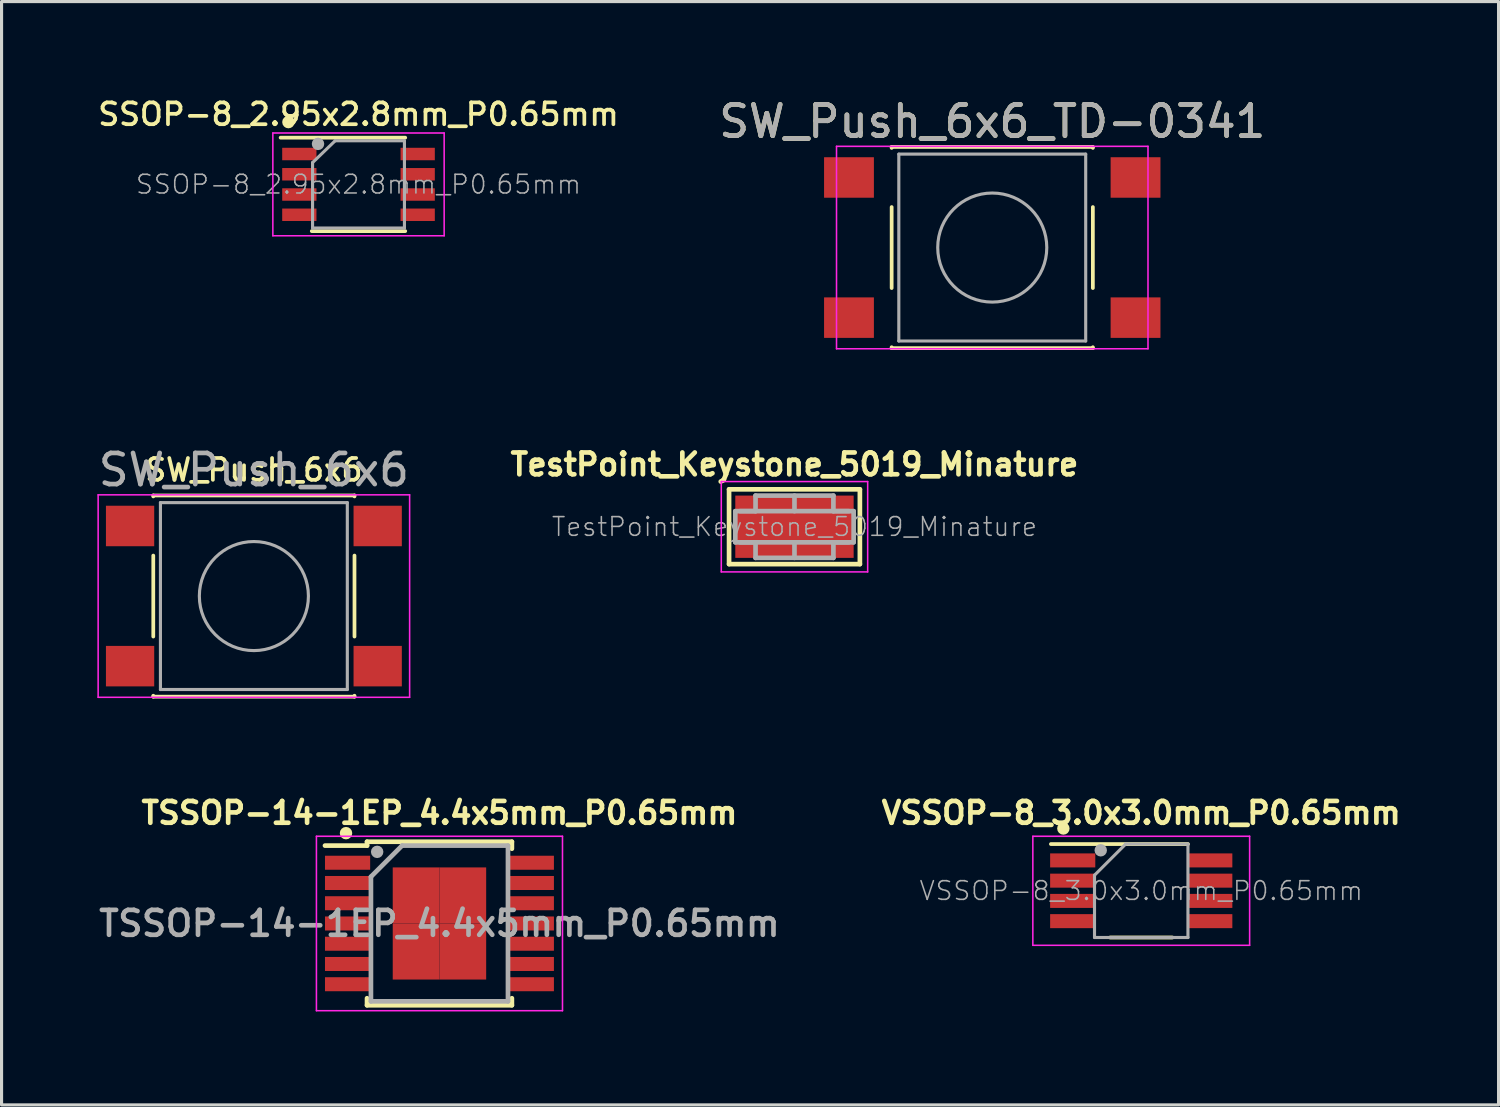
<source format=kicad_pcb>
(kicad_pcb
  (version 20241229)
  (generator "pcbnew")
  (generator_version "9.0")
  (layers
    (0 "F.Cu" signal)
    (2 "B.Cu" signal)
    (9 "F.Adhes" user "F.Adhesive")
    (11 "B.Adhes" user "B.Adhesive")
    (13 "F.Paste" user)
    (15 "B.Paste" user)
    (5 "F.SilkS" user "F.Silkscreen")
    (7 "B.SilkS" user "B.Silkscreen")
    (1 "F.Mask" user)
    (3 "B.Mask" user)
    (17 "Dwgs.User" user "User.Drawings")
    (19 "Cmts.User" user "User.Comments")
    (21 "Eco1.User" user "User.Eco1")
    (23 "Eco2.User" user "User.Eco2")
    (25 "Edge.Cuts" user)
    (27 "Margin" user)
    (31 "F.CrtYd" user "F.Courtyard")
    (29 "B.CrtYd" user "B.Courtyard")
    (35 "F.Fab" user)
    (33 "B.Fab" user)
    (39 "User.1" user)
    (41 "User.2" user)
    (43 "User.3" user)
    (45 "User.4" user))
  (footprint "VSSOP-8_3.0x3.0mm_P0.65mm"
    (layer "F.Cu")
    (at 33.59 25.549)
    (property "Reference" "VSSOP-8_3.0x3.0mm_P0.65mm" (at 0 -2.5 0) (layer "F.SilkS") (effects (font (size 0.7 0.7) (thickness 0.15))))
    (attr smd)
    (fp_line (start 1 1.5) (end -1 1.5) (stroke (width 0.12) (type solid)) (layer "F.SilkS"))
    (fp_line (start 1.5 -1.5) (end -2.9 -1.5) (stroke (width 0.12) (type solid)) (layer "F.SilkS"))
    (fp_circle (center -2.5 -2) (end -2.4 -2) (stroke (width 0.2) (type solid)) (fill no) (layer "F.SilkS"))
    (fp_line (start -3.48 -1.75) (end 3.48 -1.75) (stroke (width 0.05) (type solid)) (layer "F.CrtYd"))
    (fp_line (start -3.48 1.75) (end -3.48 -1.75) (stroke (width 0.05) (type solid)) (layer "F.CrtYd"))
    (fp_line (start 3.48 -1.75) (end 3.48 1.75) (stroke (width 0.05) (type solid)) (layer "F.CrtYd"))
    (fp_line (start 3.48 1.75) (end -3.48 1.75) (stroke (width 0.05) (type solid)) (layer "F.CrtYd"))
    (fp_line (start -1.5 1.5) (end -1.5 -0.5) (stroke (width 0.1) (type solid)) (layer "F.Fab"))
    (fp_line (start -0.5 -1.5) (end -1.5 -0.5) (stroke (width 0.1) (type solid)) (layer "F.Fab"))
    (fp_line (start -0.5 -1.5) (end 1.5 -1.5) (stroke (width 0.1) (type solid)) (layer "F.Fab"))
    (fp_line (start 1.5 -1.5) (end 1.5 1.5) (stroke (width 0.1) (type solid)) (layer "F.Fab"))
    (fp_line (start 1.5 1.5) (end -1.5 1.5) (stroke (width 0.1) (type solid)) (layer "F.Fab"))
    (fp_circle (center -1.3 -1.3) (end -1.2 -1.3) (stroke (width 0.2) (type solid)) (fill no) (layer "F.Fab"))
    (fp_text user "${REFERENCE}" (at 0 0 0) (layer "F.Fab") (effects (font (size 0.6 0.6) (thickness 0.05))))
    (pad "1" smd rect (at -2.2 -0.975 270) (size 0.45 1.45) (layers "F.Cu" "F.Mask" "F.Paste"))
    (pad "2" smd rect (at -2.2 -0.325 270) (size 0.45 1.45) (layers "F.Cu" "F.Mask" "F.Paste"))
    (pad "3" smd rect (at -2.2 0.325 270) (size 0.45 1.45) (layers "F.Cu" "F.Mask" "F.Paste"))
    (pad "4" smd rect (at -2.2 0.975 270) (size 0.45 1.45) (layers "F.Cu" "F.Mask" "F.Paste"))
    (pad "5" smd rect (at 2.2 0.975 270) (size 0.45 1.45) (layers "F.Cu" "F.Mask" "F.Paste"))
    (pad "6" smd rect (at 2.2 0.325 270) (size 0.45 1.45) (layers "F.Cu" "F.Mask" "F.Paste"))
    (pad "7" smd rect (at 2.2 -0.325 270) (size 0.45 1.45) (layers "F.Cu" "F.Mask" "F.Paste"))
    (pad "8" smd rect (at 2.2 -0.975 270) (size 0.45 1.45) (layers "F.Cu" "F.Mask" "F.Paste")))
  (footprint "TSSOP-14-1EP_4.4x5mm_P0.65mm"
    (layer "F.Cu")
    (at 11.059 26.599)
    (property "Reference" "TSSOP-14-1EP_4.4x5mm_P0.65mm" (at 0 -3.55 0) (layer "F.SilkS") (effects (font (size 0.7 0.7) (thickness 0.15))))
    (attr smd)
    (fp_line (start -2.325 -2.625) (end -2.325 -2.5) (stroke (width 0.15) (type solid)) (layer "F.SilkS"))
    (fp_line (start -2.325 -2.625) (end 2.325 -2.625) (stroke (width 0.15) (type solid)) (layer "F.SilkS"))
    (fp_line (start -2.325 -2.5) (end -3.675 -2.5) (stroke (width 0.15) (type solid)) (layer "F.SilkS"))
    (fp_line (start -2.325 2.625) (end -2.325 2.4) (stroke (width 0.15) (type solid)) (layer "F.SilkS"))
    (fp_line (start -2.325 2.625) (end 2.325 2.625) (stroke (width 0.15) (type solid)) (layer "F.SilkS"))
    (fp_line (start 2.325 -2.625) (end 2.325 -2.4) (stroke (width 0.15) (type solid)) (layer "F.SilkS"))
    (fp_line (start 2.325 2.625) (end 2.325 2.4) (stroke (width 0.15) (type solid)) (layer "F.SilkS"))
    (fp_circle (center -3 -2.9) (end -2.9 -2.9) (stroke (width 0.2) (type solid)) (fill no) (layer "F.SilkS"))
    (fp_line (start -3.95 -2.8) (end -3.95 2.8) (stroke (width 0.05) (type solid)) (layer "F.CrtYd"))
    (fp_line (start -3.95 -2.8) (end 3.95 -2.8) (stroke (width 0.05) (type solid)) (layer "F.CrtYd"))
    (fp_line (start -3.95 2.8) (end 3.95 2.8) (stroke (width 0.05) (type solid)) (layer "F.CrtYd"))
    (fp_line (start 3.95 -2.8) (end 3.95 2.8) (stroke (width 0.05) (type solid)) (layer "F.CrtYd"))
    (fp_line (start -2.2 -1.5) (end -1.2 -2.5) (stroke (width 0.15) (type solid)) (layer "F.Fab"))
    (fp_line (start -2.2 2.5) (end -2.2 -1.5) (stroke (width 0.15) (type solid)) (layer "F.Fab"))
    (fp_line (start -1.2 -2.5) (end 2.2 -2.5) (stroke (width 0.15) (type solid)) (layer "F.Fab"))
    (fp_line (start 2.2 -2.5) (end 2.2 2.5) (stroke (width 0.15) (type solid)) (layer "F.Fab"))
    (fp_line (start 2.2 2.5) (end -2.2 2.5) (stroke (width 0.15) (type solid)) (layer "F.Fab"))
    (fp_circle (center -2 -2.3) (end -1.9 -2.3) (stroke (width 0.2) (type solid)) (fill no) (layer "F.Fab"))
    (fp_text user "${REFERENCE}" (at 0 0 0) (layer "F.Fab") (effects (font (size 0.8 0.8) (thickness 0.15))))
    (pad "1" smd rect (at -2.95 -1.95) (size 1.45 0.45) (layers "F.Cu" "F.Mask" "F.Paste"))
    (pad "2" smd rect (at -2.95 -1.3) (size 1.45 0.45) (layers "F.Cu" "F.Mask" "F.Paste"))
    (pad "3" smd rect (at -2.95 -0.65) (size 1.45 0.45) (layers "F.Cu" "F.Mask" "F.Paste"))
    (pad "4" smd rect (at -2.95 0) (size 1.45 0.45) (layers "F.Cu" "F.Mask" "F.Paste"))
    (pad "5" smd rect (at -2.95 0.65) (size 1.45 0.45) (layers "F.Cu" "F.Mask" "F.Paste"))
    (pad "6" smd rect (at -2.95 1.3) (size 1.45 0.45) (layers "F.Cu" "F.Mask" "F.Paste"))
    (pad "7" smd rect (at -2.95 1.95) (size 1.45 0.45) (layers "F.Cu" "F.Mask" "F.Paste"))
    (pad "8" smd rect (at 2.95 1.95) (size 1.45 0.45) (layers "F.Cu" "F.Mask" "F.Paste"))
    (pad "9" smd rect (at 2.95 1.3) (size 1.45 0.45) (layers "F.Cu" "F.Mask" "F.Paste"))
    (pad "10" smd rect (at 2.95 0.65) (size 1.45 0.45) (layers "F.Cu" "F.Mask" "F.Paste"))
    (pad "11" smd rect (at 2.95 0) (size 1.45 0.45) (layers "F.Cu" "F.Mask" "F.Paste"))
    (pad "12" smd rect (at 2.95 -0.65) (size 1.45 0.45) (layers "F.Cu" "F.Mask" "F.Paste"))
    (pad "13" smd rect (at 2.95 -1.3) (size 1.45 0.45) (layers "F.Cu" "F.Mask" "F.Paste"))
    (pad "14" smd rect (at 2.95 -1.95) (size 1.45 0.45) (layers "F.Cu" "F.Mask" "F.Paste"))
    (pad "15" smd rect (at -0.75 -0.9) (size 1.5 1.8) (layers "F.Cu" "F.Mask" "F.Paste"))
    (pad "15" smd rect (at -0.75 0.9) (size 1.5 1.8) (layers "F.Cu" "F.Mask" "F.Paste"))
    (pad "15" smd rect (at 0.75 -0.9) (size 1.5 1.8) (layers "F.Cu" "F.Mask" "F.Paste"))
    (pad "15" smd rect (at 0.75 0.9) (size 1.5 1.8) (layers "F.Cu" "F.Mask" "F.Paste")))
  (footprint "SW_Push_6x6"
    (layer "F.Cu")
    (at 5.101 16.087)
    (property "Reference" "SW_Push_6x6" (at 0 -4.05 0) (layer "F.SilkS") (effects (font (size 0.7 0.7) (thickness 0.12))))
    (attr smd)
    (fp_line (start -3.23 -3.23) (end 3.23 -3.23) (stroke (width 0.12) (type solid)) (layer "F.SilkS"))
    (fp_line (start -3.23 -3.2) (end -3.23 -3.23) (stroke (width 0.12) (type solid)) (layer "F.SilkS"))
    (fp_line (start -3.23 -1.3) (end -3.23 1.3) (stroke (width 0.12) (type solid)) (layer "F.SilkS"))
    (fp_line (start -3.23 3.23) (end -3.23 3.2) (stroke (width 0.12) (type solid)) (layer "F.SilkS"))
    (fp_line (start -3.23 3.23) (end 3.23 3.23) (stroke (width 0.12) (type solid)) (layer "F.SilkS"))
    (fp_line (start 3.23 -3.23) (end 3.23 -3.2) (stroke (width 0.12) (type solid)) (layer "F.SilkS"))
    (fp_line (start 3.23 -1.3) (end 3.23 1.3) (stroke (width 0.12) (type solid)) (layer "F.SilkS"))
    (fp_line (start 3.23 3.23) (end 3.23 3.2) (stroke (width 0.12) (type solid)) (layer "F.SilkS"))
    (fp_line (start -5 -3.25) (end -5 3.25) (stroke (width 0.05) (type solid)) (layer "F.CrtYd"))
    (fp_line (start -5 -3.25) (end 5 -3.25) (stroke (width 0.05) (type solid)) (layer "F.CrtYd"))
    (fp_line (start -5 3.25) (end 5 3.25) (stroke (width 0.05) (type solid)) (layer "F.CrtYd"))
    (fp_line (start 5 3.25) (end 5 -3.25) (stroke (width 0.05) (type solid)) (layer "F.CrtYd"))
    (fp_line (start -3 -3) (end -3 3) (stroke (width 0.1) (type solid)) (layer "F.Fab"))
    (fp_line (start -3 3) (end 3 3) (stroke (width 0.1) (type solid)) (layer "F.Fab"))
    (fp_line (start 3 -3) (end -3 -3) (stroke (width 0.1) (type solid)) (layer "F.Fab"))
    (fp_line (start 3 3) (end 3 -3) (stroke (width 0.1) (type solid)) (layer "F.Fab"))
    (fp_circle (center 0 0) (end 1.75 -0.05) (stroke (width 0.1) (type solid)) (fill no) (layer "F.Fab"))
    (fp_text user "${REFERENCE}" (at 0 -4.05 0) (layer "F.Fab") (effects (font (size 1 1) (thickness 0.15))))
    (pad "1" smd rect (at -3.975 -2.25) (size 1.55 1.3) (layers "F.Cu" "F.Mask" "F.Paste"))
    (pad "1" smd rect (at 3.975 -2.25) (size 1.55 1.3) (layers "F.Cu" "F.Mask" "F.Paste"))
    (pad "2" smd rect (at -3.975 2.25) (size 1.55 1.3) (layers "F.Cu" "F.Mask" "F.Paste"))
    (pad "2" smd rect (at 3.975 2.25) (size 1.55 1.3) (layers "F.Cu" "F.Mask" "F.Paste")))
  (footprint "SW_Push_6x6_TD-0341"
    (layer "F.Cu")
    (at 28.807 4.898)
    (property "Reference" "SW_Push_6x6_TD-0341" (at 0 -4.05 0) (layer "F.SilkS") (effects (font (size 1 1) (thickness 0.15))))
    (attr smd)
    (fp_line (start -3.23 -3.23) (end 3.23 -3.23) (stroke (width 0.12) (type solid)) (layer "F.SilkS"))
    (fp_line (start -3.23 -3.2) (end -3.23 -3.23) (stroke (width 0.12) (type solid)) (layer "F.SilkS"))
    (fp_line (start -3.23 -1.3) (end -3.23 1.3) (stroke (width 0.12) (type solid)) (layer "F.SilkS"))
    (fp_line (start -3.23 3.23) (end -3.23 3.2) (stroke (width 0.12) (type solid)) (layer "F.SilkS"))
    (fp_line (start -3.23 3.23) (end 3.23 3.23) (stroke (width 0.12) (type solid)) (layer "F.SilkS"))
    (fp_line (start 3.23 -3.23) (end 3.23 -3.2) (stroke (width 0.12) (type solid)) (layer "F.SilkS"))
    (fp_line (start 3.23 -1.3) (end 3.23 1.3) (stroke (width 0.12) (type solid)) (layer "F.SilkS"))
    (fp_line (start 3.23 3.23) (end 3.23 3.2) (stroke (width 0.12) (type solid)) (layer "F.SilkS"))
    (fp_line (start -5 -3.25) (end -5 3.25) (stroke (width 0.05) (type solid)) (layer "F.CrtYd"))
    (fp_line (start -5 -3.25) (end 5 -3.25) (stroke (width 0.05) (type solid)) (layer "F.CrtYd"))
    (fp_line (start -5 3.25) (end 5 3.25) (stroke (width 0.05) (type solid)) (layer "F.CrtYd"))
    (fp_line (start 5 3.25) (end 5 -3.25) (stroke (width 0.05) (type solid)) (layer "F.CrtYd"))
    (fp_line (start -3 -3) (end -3 3) (stroke (width 0.1) (type solid)) (layer "F.Fab"))
    (fp_line (start -3 3) (end 3 3) (stroke (width 0.1) (type solid)) (layer "F.Fab"))
    (fp_line (start 3 -3) (end -3 -3) (stroke (width 0.1) (type solid)) (layer "F.Fab"))
    (fp_line (start 3 3) (end 3 -3) (stroke (width 0.1) (type solid)) (layer "F.Fab"))
    (fp_circle (center 0 0) (end 1.75 -0.05) (stroke (width 0.1) (type solid)) (fill no) (layer "F.Fab"))
    (fp_text user "${REFERENCE}" (at 0 -4.05 0) (layer "F.Fab") (effects (font (size 1 1) (thickness 0.15))))
    (pad "1" smd rect (at -4.6 -2.25) (size 1.6 1.3) (layers "F.Cu" "F.Mask" "F.Paste"))
    (pad "1" smd rect (at 4.6 -2.25) (size 1.6 1.3) (layers "F.Cu" "F.Mask" "F.Paste"))
    (pad "2" smd rect (at -4.6 2.25) (size 1.6 1.3) (layers "F.Cu" "F.Mask" "F.Paste"))
    (pad "2" smd rect (at 4.6 2.25) (size 1.6 1.3) (layers "F.Cu" "F.Mask" "F.Paste")))
  (footprint "SSOP-8_2.95x2.8mm_P0.65mm"
    (layer "F.Cu")
    (at 8.46 2.87)
    (property "Reference" "SSOP-8_2.95x2.8mm_P0.65mm" (at 0 -2.25 0) (layer "F.SilkS") (effects (font (size 0.7 0.7) (thickness 0.12))))
    (attr smd)
    (fp_line (start 1.5 -1.5) (end -2.5 -1.5) (stroke (width 0.12) (type solid)) (layer "F.SilkS"))
    (fp_line (start 1.5 1.5) (end -1.5 1.5) (stroke (width 0.12) (type solid)) (layer "F.SilkS"))
    (fp_circle (center -2.25 -2) (end -2.15 -2) (stroke (width 0.2) (type solid)) (fill no) (layer "F.SilkS"))
    (fp_line (start -2.75 -1.65) (end 2.75 -1.65) (stroke (width 0.05) (type solid)) (layer "F.CrtYd"))
    (fp_line (start -2.75 1.65) (end -2.75 -1.65) (stroke (width 0.05) (type solid)) (layer "F.CrtYd"))
    (fp_line (start 2.75 -1.65) (end 2.75 1.65) (stroke (width 0.05) (type solid)) (layer "F.CrtYd"))
    (fp_line (start 2.75 1.65) (end -2.75 1.65) (stroke (width 0.05) (type solid)) (layer "F.CrtYd"))
    (fp_line (start -1.475 1.4) (end -1.475 -0.7) (stroke (width 0.1) (type solid)) (layer "F.Fab"))
    (fp_line (start -0.75 -1.4) (end -1.475 -0.7) (stroke (width 0.1) (type solid)) (layer "F.Fab"))
    (fp_line (start -0.75 -1.4) (end 1.475 -1.4) (stroke (width 0.1) (type solid)) (layer "F.Fab"))
    (fp_line (start 1.475 -1.4) (end 1.475 1.4) (stroke (width 0.1) (type solid)) (layer "F.Fab"))
    (fp_line (start 1.475 1.4) (end -1.475 1.4) (stroke (width 0.1) (type solid)) (layer "F.Fab"))
    (fp_circle (center -1.3 -1.3) (end -1.2 -1.3) (stroke (width 0.2) (type solid)) (fill no) (layer "F.Fab"))
    (fp_text user "${REFERENCE}" (at 0 0 0) (layer "F.Fab") (effects (font (size 0.6 0.6) (thickness 0.05))))
    (pad "1" smd rect (at -1.9 -0.975 270) (size 0.4 1.1) (layers "F.Cu" "F.Mask" "F.Paste"))
    (pad "2" smd rect (at -1.9 -0.325 270) (size 0.4 1.1) (layers "F.Cu" "F.Mask" "F.Paste"))
    (pad "3" smd rect (at -1.9 0.325 270) (size 0.4 1.1) (layers "F.Cu" "F.Mask" "F.Paste"))
    (pad "4" smd rect (at -1.9 0.975 270) (size 0.4 1.1) (layers "F.Cu" "F.Mask" "F.Paste"))
    (pad "5" smd rect (at 1.9 0.975 270) (size 0.4 1.1) (layers "F.Cu" "F.Mask" "F.Paste"))
    (pad "6" smd rect (at 1.9 0.325 270) (size 0.4 1.1) (layers "F.Cu" "F.Mask" "F.Paste"))
    (pad "7" smd rect (at 1.9 -0.325 270) (size 0.4 1.1) (layers "F.Cu" "F.Mask" "F.Paste"))
    (pad "8" smd rect (at 1.9 -0.975 270) (size 0.4 1.1) (layers "F.Cu" "F.Mask" "F.Paste")))
  (footprint "TestPoint_Keystone_5019_Minature"
    (layer "F.Cu")
    (at 22.457 13.861)
    (property "Reference" "TestPoint_Keystone_5019_Minature" (at 0 -2 0) (layer "F.SilkS") (effects (font (size 0.7 0.7) (thickness 0.15))))
    (attr smd)
    (fp_line (start -2.1 -1.2) (end 2.1 -1.2) (stroke (width 0.15) (type solid)) (layer "F.SilkS"))
    (fp_line (start -2.1 1.2) (end -2.1 -1.2) (stroke (width 0.15) (type solid)) (layer "F.SilkS"))
    (fp_line (start 2.1 -1.2) (end 2.1 1.2) (stroke (width 0.15) (type solid)) (layer "F.SilkS"))
    (fp_line (start 2.1 1.2) (end -2.1 1.2) (stroke (width 0.15) (type solid)) (layer "F.SilkS"))
    (fp_line (start -2.35 -1.45) (end 2.35 -1.45) (stroke (width 0.05) (type solid)) (layer "F.CrtYd"))
    (fp_line (start -2.35 1.45) (end -2.35 -1.45) (stroke (width 0.05) (type solid)) (layer "F.CrtYd"))
    (fp_line (start 2.35 -1.45) (end 2.35 1.45) (stroke (width 0.05) (type solid)) (layer "F.CrtYd"))
    (fp_line (start 2.35 1.45) (end -2.35 1.45) (stroke (width 0.05) (type solid)) (layer "F.CrtYd"))
    (fp_line (start -1.9 -0.5) (end -1.9 0.5) (stroke (width 0.15) (type solid)) (layer "F.Fab"))
    (fp_line (start -1.9 -0.5) (end 1.9 -0.5) (stroke (width 0.15) (type solid)) (layer "F.Fab"))
    (fp_line (start -1.75 0.5) (end -1.25 0.5) (stroke (width 0.15) (type solid)) (layer "F.Fab"))
    (fp_line (start -1.25 -1) (end -1.25 -0.5) (stroke (width 0.15) (type solid)) (layer "F.Fab"))
    (fp_line (start -1.25 -0.5) (end -1.75 -0.5) (stroke (width 0.15) (type solid)) (layer "F.Fab"))
    (fp_line (start -1.25 0.5) (end -1.25 1) (stroke (width 0.15) (type solid)) (layer "F.Fab"))
    (fp_line (start -1.25 1) (end 1.25 1) (stroke (width 0.15) (type solid)) (layer "F.Fab"))
    (fp_line (start 0 -1) (end 0 -0.5) (stroke (width 0.15) (type solid)) (layer "F.Fab"))
    (fp_line (start 0 0.5) (end 0 1) (stroke (width 0.15) (type solid)) (layer "F.Fab"))
    (fp_line (start 1.25 -1) (end -1.25 -1) (stroke (width 0.15) (type solid)) (layer "F.Fab"))
    (fp_line (start 1.25 -0.5) (end 1.25 -1) (stroke (width 0.15) (type solid)) (layer "F.Fab"))
    (fp_line (start 1.25 0.5) (end 1.75 0.5) (stroke (width 0.15) (type solid)) (layer "F.Fab"))
    (fp_line (start 1.25 1) (end 1.25 0.5) (stroke (width 0.15) (type solid)) (layer "F.Fab"))
    (fp_line (start 1.75 -0.5) (end 1.25 -0.5) (stroke (width 0.15) (type solid)) (layer "F.Fab"))
    (fp_line (start 1.9 0.5) (end -1.9 0.5) (stroke (width 0.15) (type solid)) (layer "F.Fab"))
    (fp_line (start 1.9 0.5) (end 1.9 -0.5) (stroke (width 0.15) (type solid)) (layer "F.Fab"))
    (fp_text user "${REFERENCE}" (at 0 0 0) (layer "F.Fab") (effects (font (size 0.6 0.6) (thickness 0.05))))
    (pad "1" smd rect (at 0 0) (size 3.8 2) (layers "F.Cu" "F.Mask" "F.Paste")))
  (gr_rect
    (start -3 -3)
    (end 45.062 32.424)
    (stroke (width 0.1) (type default))
    (fill no)
    (layer "Edge.Cuts")))
</source>
